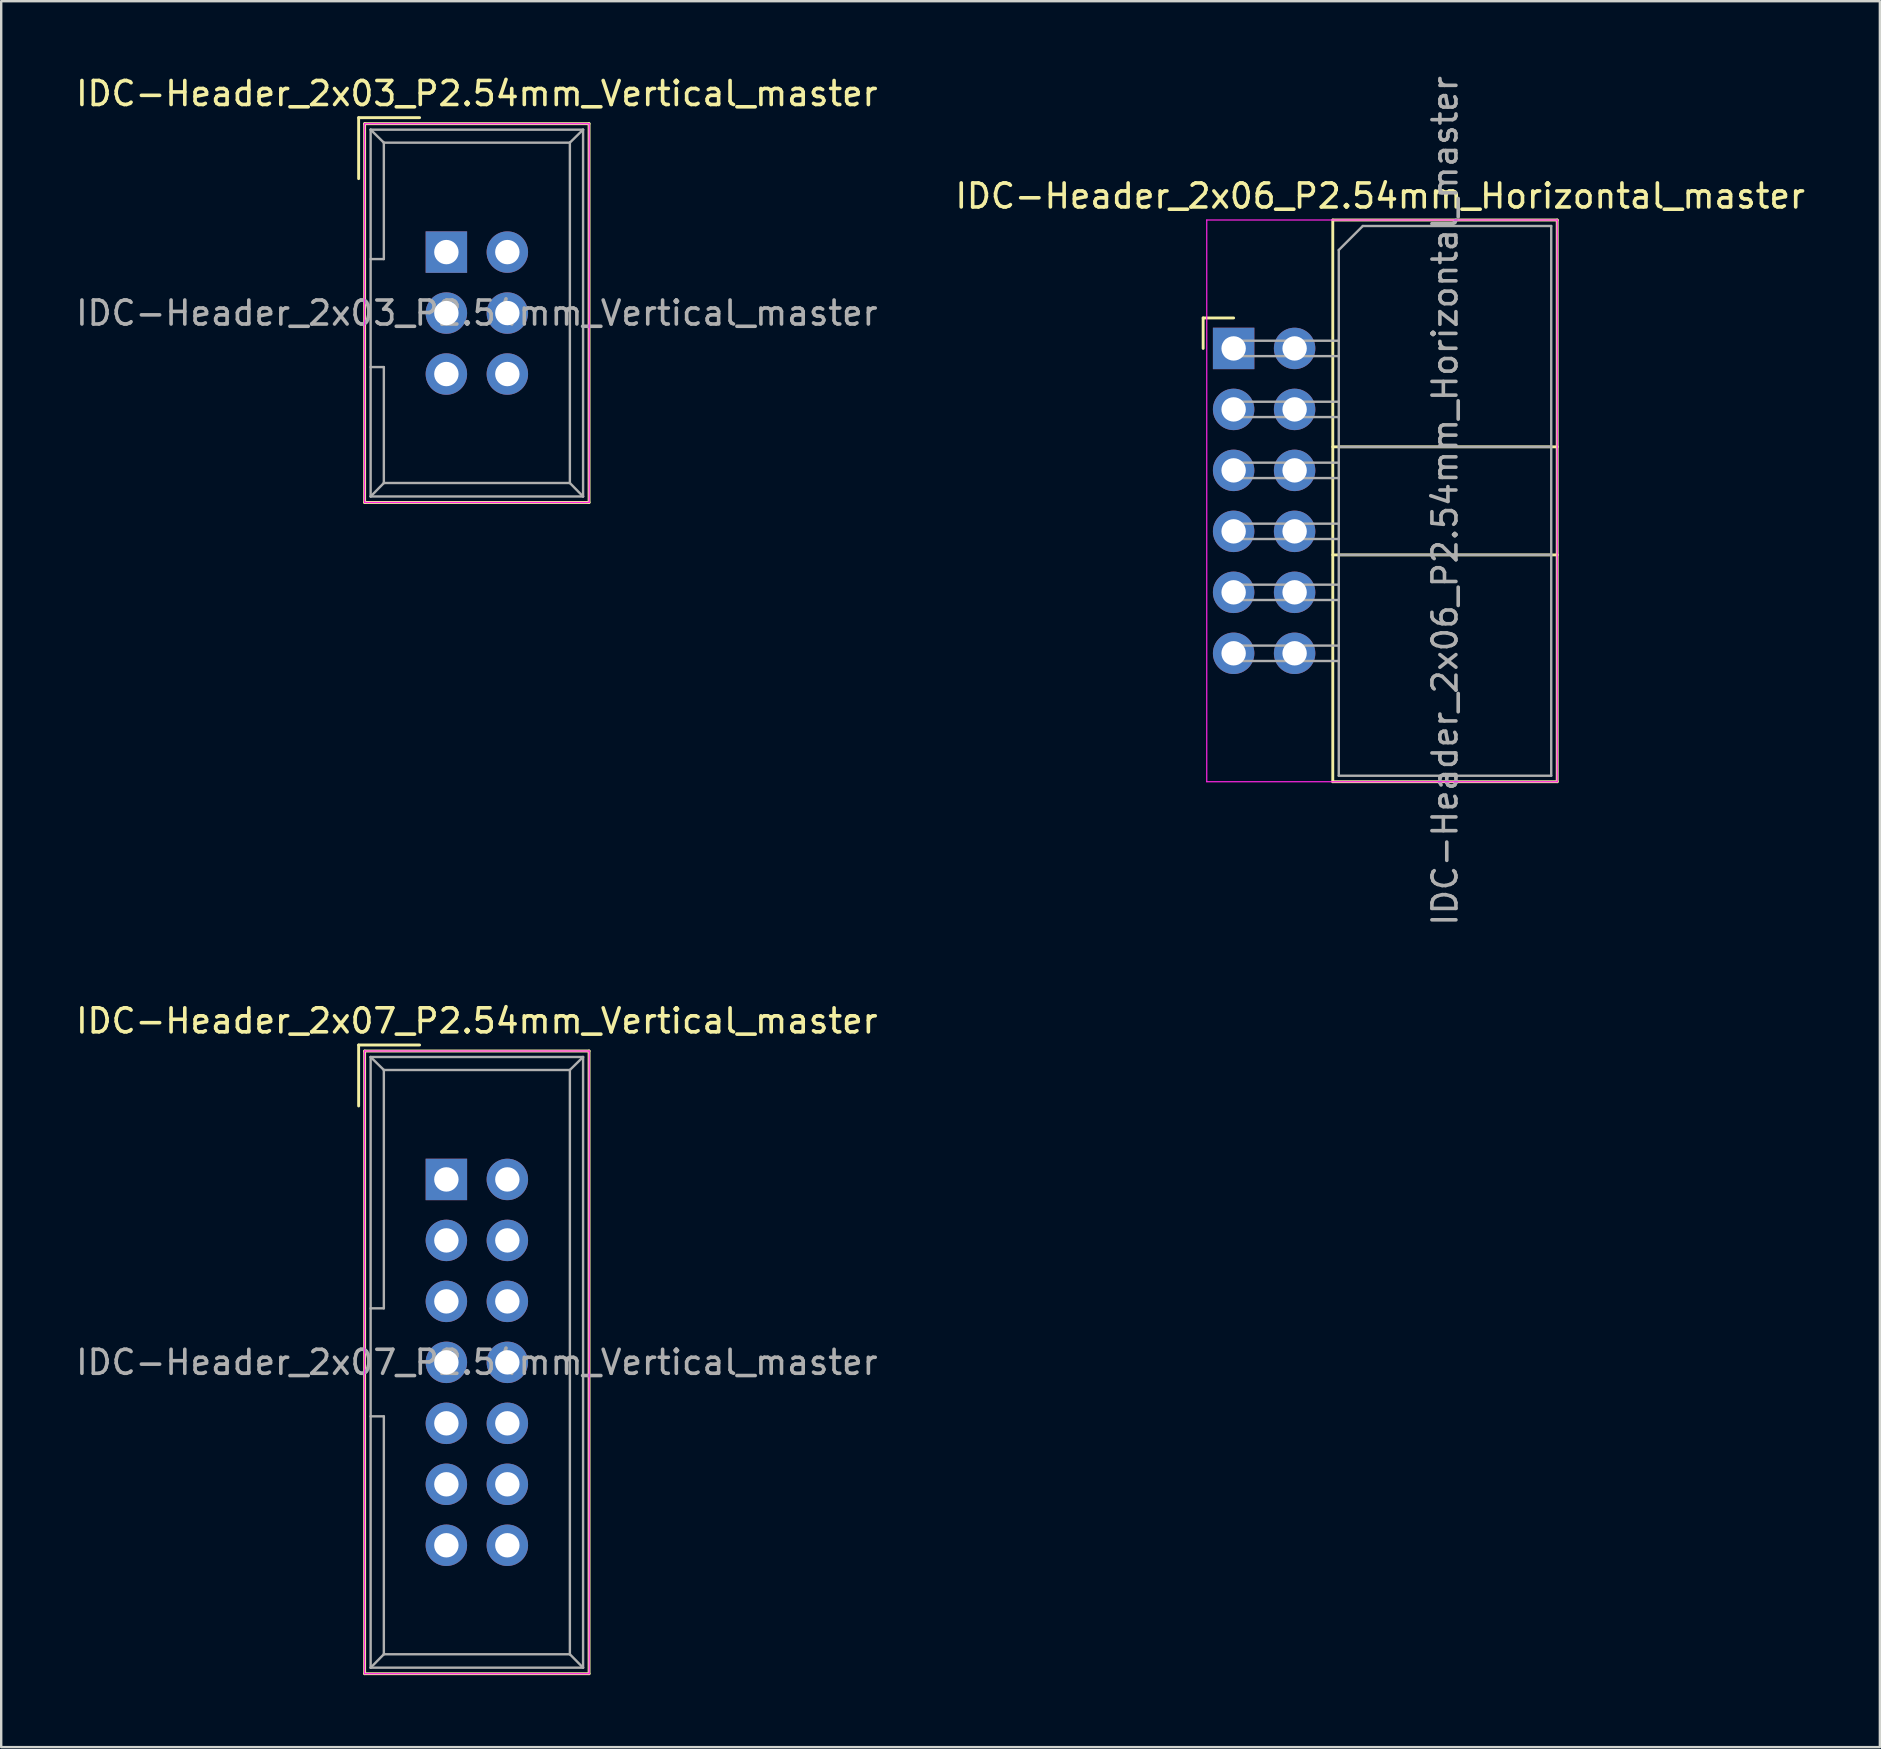
<source format=kicad_pcb>
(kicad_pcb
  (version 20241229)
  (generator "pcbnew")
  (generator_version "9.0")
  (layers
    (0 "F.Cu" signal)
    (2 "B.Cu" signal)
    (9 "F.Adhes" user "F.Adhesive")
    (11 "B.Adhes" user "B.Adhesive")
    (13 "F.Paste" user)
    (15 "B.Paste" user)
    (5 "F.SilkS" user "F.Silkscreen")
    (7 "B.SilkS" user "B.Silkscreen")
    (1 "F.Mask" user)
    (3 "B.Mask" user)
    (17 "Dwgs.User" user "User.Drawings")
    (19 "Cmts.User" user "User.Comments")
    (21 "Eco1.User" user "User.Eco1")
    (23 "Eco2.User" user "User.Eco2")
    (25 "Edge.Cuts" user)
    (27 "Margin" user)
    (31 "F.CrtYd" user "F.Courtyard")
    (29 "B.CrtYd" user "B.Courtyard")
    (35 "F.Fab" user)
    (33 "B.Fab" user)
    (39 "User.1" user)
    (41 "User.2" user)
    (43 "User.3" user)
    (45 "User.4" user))
  (footprint "IDC-Header_2x03_P2.54mm_Vertical_master"
    (layer "F.Cu")
    (at 15.545 7.452)
    (property "Reference" "IDC-Header_2x03_P2.54mm_Vertical_master" (at 1.27 -6.604 0) (layer "F.SilkS") (effects (font (size 1 1) (thickness 0.15))))
    (attr through_hole)
    (fp_line (start -3.655 -5.6) (end -3.655 -3.06) (stroke (width 0.12) (type solid)) (layer "F.SilkS"))
    (fp_line (start -3.655 -5.6) (end -1.115 -5.6) (stroke (width 0.12) (type solid)) (layer "F.SilkS"))
    (fp_line (start -3.405 -5.35) (end 5.945 -5.35) (stroke (width 0.12) (type solid)) (layer "F.SilkS"))
    (fp_line (start -3.405 10.43) (end -3.405 -5.35) (stroke (width 0.12) (type solid)) (layer "F.SilkS"))
    (fp_line (start 5.945 -5.35) (end 5.945 10.43) (stroke (width 0.12) (type solid)) (layer "F.SilkS"))
    (fp_line (start 5.945 10.43) (end -3.405 10.43) (stroke (width 0.12) (type solid)) (layer "F.SilkS"))
    (fp_line (start -3.41 -5.35) (end 5.95 -5.35) (stroke (width 0.05) (type solid)) (layer "F.CrtYd"))
    (fp_line (start -3.41 10.43) (end -3.41 -5.35) (stroke (width 0.05) (type solid)) (layer "F.CrtYd"))
    (fp_line (start 5.95 -5.35) (end 5.95 10.43) (stroke (width 0.05) (type solid)) (layer "F.CrtYd"))
    (fp_line (start 5.95 10.43) (end -3.41 10.43) (stroke (width 0.05) (type solid)) (layer "F.CrtYd"))
    (fp_line (start -3.155 -5.1) (end -3.155 10.18) (stroke (width 0.1) (type solid)) (layer "F.Fab"))
    (fp_line (start -3.155 -5.1) (end -2.605 -4.56) (stroke (width 0.1) (type solid)) (layer "F.Fab"))
    (fp_line (start -3.155 10.18) (end -2.605 9.62) (stroke (width 0.1) (type solid)) (layer "F.Fab"))
    (fp_line (start -2.605 -4.56) (end -2.605 0.29) (stroke (width 0.1) (type solid)) (layer "F.Fab"))
    (fp_line (start -2.605 0.29) (end -3.155 0.29) (stroke (width 0.1) (type solid)) (layer "F.Fab"))
    (fp_line (start -2.605 4.79) (end -3.155 4.79) (stroke (width 0.1) (type solid)) (layer "F.Fab"))
    (fp_line (start -2.605 4.79) (end -2.605 9.62) (stroke (width 0.1) (type solid)) (layer "F.Fab"))
    (fp_line (start 5.145 -4.56) (end -2.605 -4.56) (stroke (width 0.1) (type solid)) (layer "F.Fab"))
    (fp_line (start 5.145 -4.56) (end 5.145 9.62) (stroke (width 0.1) (type solid)) (layer "F.Fab"))
    (fp_line (start 5.145 9.62) (end -2.605 9.62) (stroke (width 0.1) (type solid)) (layer "F.Fab"))
    (fp_line (start 5.695 -5.1) (end -3.155 -5.1) (stroke (width 0.1) (type solid)) (layer "F.Fab"))
    (fp_line (start 5.695 -5.1) (end 5.145 -4.56) (stroke (width 0.1) (type solid)) (layer "F.Fab"))
    (fp_line (start 5.695 -5.1) (end 5.695 10.18) (stroke (width 0.1) (type solid)) (layer "F.Fab"))
    (fp_line (start 5.695 10.18) (end -3.155 10.18) (stroke (width 0.1) (type solid)) (layer "F.Fab"))
    (fp_line (start 5.695 10.18) (end 5.145 9.62) (stroke (width 0.1) (type solid)) (layer "F.Fab"))
    (fp_text user "${REFERENCE}" (at 1.27 2.54 0) (layer "F.Fab") (effects (font (size 1 1) (thickness 0.15))))
    (pad "1" thru_hole rect (at 0 0) (size 1.727 1.727) (drill 1.016) (layers "*.Cu" "*.Mask"))
    (pad "2" thru_hole oval (at 2.54 0) (size 1.727 1.727) (drill 1.016) (layers "*.Cu" "*.Mask"))
    (pad "3" thru_hole oval (at 0 2.54) (size 1.727 1.727) (drill 1.016) (layers "*.Cu" "*.Mask"))
    (pad "4" thru_hole oval (at 2.54 2.54) (size 1.727 1.727) (drill 1.016) (layers "*.Cu" "*.Mask"))
    (pad "5" thru_hole oval (at 0 5.08) (size 1.727 1.727) (drill 1.016) (layers "*.Cu" "*.Mask"))
    (pad "6" thru_hole oval (at 2.54 5.08) (size 1.727 1.727) (drill 1.016) (layers "*.Cu" "*.Mask")))
  (footprint "IDC-Header_2x07_P2.54mm_Vertical_master"
    (layer "F.Cu")
    (at 15.545 46.083)
    (property "Reference" "IDC-Header_2x07_P2.54mm_Vertical_master" (at 1.27 -6.604 0) (layer "F.SilkS") (effects (font (size 1 1) (thickness 0.15))))
    (attr through_hole)
    (fp_line (start -3.655 -5.6) (end -3.655 -3.06) (stroke (width 0.12) (type solid)) (layer "F.SilkS"))
    (fp_line (start -3.655 -5.6) (end -1.115 -5.6) (stroke (width 0.12) (type solid)) (layer "F.SilkS"))
    (fp_line (start -3.405 -5.35) (end 5.945 -5.35) (stroke (width 0.12) (type solid)) (layer "F.SilkS"))
    (fp_line (start -3.405 20.59) (end -3.405 -5.35) (stroke (width 0.12) (type solid)) (layer "F.SilkS"))
    (fp_line (start 5.945 -5.35) (end 5.945 20.59) (stroke (width 0.12) (type solid)) (layer "F.SilkS"))
    (fp_line (start 5.945 20.59) (end -3.405 20.59) (stroke (width 0.12) (type solid)) (layer "F.SilkS"))
    (fp_line (start -3.41 -5.35) (end 5.95 -5.35) (stroke (width 0.05) (type solid)) (layer "F.CrtYd"))
    (fp_line (start -3.41 20.59) (end -3.41 -5.35) (stroke (width 0.05) (type solid)) (layer "F.CrtYd"))
    (fp_line (start 5.95 -5.35) (end 5.95 20.59) (stroke (width 0.05) (type solid)) (layer "F.CrtYd"))
    (fp_line (start 5.95 20.59) (end -3.41 20.59) (stroke (width 0.05) (type solid)) (layer "F.CrtYd"))
    (fp_line (start -3.155 -5.1) (end -3.155 20.34) (stroke (width 0.1) (type solid)) (layer "F.Fab"))
    (fp_line (start -3.155 -5.1) (end -2.605 -4.56) (stroke (width 0.1) (type solid)) (layer "F.Fab"))
    (fp_line (start -3.155 20.34) (end -2.605 19.78) (stroke (width 0.1) (type solid)) (layer "F.Fab"))
    (fp_line (start -2.605 -4.56) (end -2.605 5.37) (stroke (width 0.1) (type solid)) (layer "F.Fab"))
    (fp_line (start -2.605 5.37) (end -3.155 5.37) (stroke (width 0.1) (type solid)) (layer "F.Fab"))
    (fp_line (start -2.605 9.87) (end -3.155 9.87) (stroke (width 0.1) (type solid)) (layer "F.Fab"))
    (fp_line (start -2.605 9.87) (end -2.605 19.78) (stroke (width 0.1) (type solid)) (layer "F.Fab"))
    (fp_line (start 5.145 -4.56) (end -2.605 -4.56) (stroke (width 0.1) (type solid)) (layer "F.Fab"))
    (fp_line (start 5.145 -4.56) (end 5.145 19.78) (stroke (width 0.1) (type solid)) (layer "F.Fab"))
    (fp_line (start 5.145 19.78) (end -2.605 19.78) (stroke (width 0.1) (type solid)) (layer "F.Fab"))
    (fp_line (start 5.695 -5.1) (end -3.155 -5.1) (stroke (width 0.1) (type solid)) (layer "F.Fab"))
    (fp_line (start 5.695 -5.1) (end 5.145 -4.56) (stroke (width 0.1) (type solid)) (layer "F.Fab"))
    (fp_line (start 5.695 -5.1) (end 5.695 20.34) (stroke (width 0.1) (type solid)) (layer "F.Fab"))
    (fp_line (start 5.695 20.34) (end -3.155 20.34) (stroke (width 0.1) (type solid)) (layer "F.Fab"))
    (fp_line (start 5.695 20.34) (end 5.145 19.78) (stroke (width 0.1) (type solid)) (layer "F.Fab"))
    (fp_text user "${REFERENCE}" (at 1.27 7.62 0) (layer "F.Fab") (effects (font (size 1 1) (thickness 0.15))))
    (pad "1" thru_hole rect (at 0 0) (size 1.727 1.727) (drill 1.016) (layers "*.Cu" "*.Mask"))
    (pad "2" thru_hole oval (at 2.54 0) (size 1.727 1.727) (drill 1.016) (layers "*.Cu" "*.Mask"))
    (pad "3" thru_hole oval (at 0 2.54) (size 1.727 1.727) (drill 1.016) (layers "*.Cu" "*.Mask"))
    (pad "4" thru_hole oval (at 2.54 2.54) (size 1.727 1.727) (drill 1.016) (layers "*.Cu" "*.Mask"))
    (pad "5" thru_hole oval (at 0 5.08) (size 1.727 1.727) (drill 1.016) (layers "*.Cu" "*.Mask"))
    (pad "6" thru_hole oval (at 2.54 5.08) (size 1.727 1.727) (drill 1.016) (layers "*.Cu" "*.Mask"))
    (pad "7" thru_hole oval (at 0 7.62) (size 1.727 1.727) (drill 1.016) (layers "*.Cu" "*.Mask"))
    (pad "8" thru_hole oval (at 2.54 7.62) (size 1.727 1.727) (drill 1.016) (layers "*.Cu" "*.Mask"))
    (pad "9" thru_hole oval (at 0 10.16) (size 1.727 1.727) (drill 1.016) (layers "*.Cu" "*.Mask"))
    (pad "10" thru_hole oval (at 2.54 10.16) (size 1.727 1.727) (drill 1.016) (layers "*.Cu" "*.Mask"))
    (pad "11" thru_hole oval (at 0 12.7) (size 1.727 1.727) (drill 1.016) (layers "*.Cu" "*.Mask"))
    (pad "12" thru_hole oval (at 2.54 12.7) (size 1.727 1.727) (drill 1.016) (layers "*.Cu" "*.Mask"))
    (pad "13" thru_hole oval (at 0 15.24) (size 1.727 1.727) (drill 1.016) (layers "*.Cu" "*.Mask"))
    (pad "14" thru_hole oval (at 2.54 15.24) (size 1.727 1.727) (drill 1.016) (layers "*.Cu" "*.Mask")))
  (footprint "IDC-Header_2x06_P2.54mm_Horizontal_master"
    (layer "F.Cu")
    (at 48.341 11.465)
    (property "Reference" "IDC-Header_2x06_P2.54mm_Horizontal_master" (at 6.105 -6.35 0) (layer "F.SilkS") (effects (font (size 1 1) (thickness 0.15))))
    (attr through_hole)
    (fp_line (start -1.27 -1.27) (end -1.27 0) (stroke (width 0.12) (type solid)) (layer "F.SilkS"))
    (fp_line (start 0 -1.27) (end -1.27 -1.27) (stroke (width 0.12) (type solid)) (layer "F.SilkS"))
    (fp_line (start 4.13 -5.35) (end 13.48 -5.35) (stroke (width 0.12) (type solid)) (layer "F.SilkS"))
    (fp_line (start 4.13 4.1) (end 13.48 4.1) (stroke (width 0.12) (type solid)) (layer "F.SilkS"))
    (fp_line (start 4.13 8.6) (end 13.48 8.6) (stroke (width 0.12) (type solid)) (layer "F.SilkS"))
    (fp_line (start 4.13 18.05) (end 4.13 -5.35) (stroke (width 0.12) (type solid)) (layer "F.SilkS"))
    (fp_line (start 4.13 18.05) (end 13.48 18.05) (stroke (width 0.12) (type solid)) (layer "F.SilkS"))
    (fp_line (start 13.48 -5.35) (end 13.48 18.05) (stroke (width 0.12) (type solid)) (layer "F.SilkS"))
    (fp_line (start -1.12 -5.35) (end 13.48 -5.35) (stroke (width 0.05) (type solid)) (layer "F.CrtYd"))
    (fp_line (start -1.12 18.05) (end -1.12 -5.35) (stroke (width 0.05) (type solid)) (layer "F.CrtYd"))
    (fp_line (start 13.48 -5.35) (end 13.48 18.05) (stroke (width 0.05) (type solid)) (layer "F.CrtYd"))
    (fp_line (start 13.48 18.05) (end -1.12 18.05) (stroke (width 0.05) (type solid)) (layer "F.CrtYd"))
    (fp_line (start -0.32 -0.32) (end -0.32 0.32) (stroke (width 0.1) (type solid)) (layer "F.Fab"))
    (fp_line (start -0.32 0.32) (end 4.38 0.32) (stroke (width 0.1) (type solid)) (layer "F.Fab"))
    (fp_line (start -0.32 2.22) (end -0.32 2.86) (stroke (width 0.1) (type solid)) (layer "F.Fab"))
    (fp_line (start -0.32 2.86) (end 4.38 2.86) (stroke (width 0.1) (type solid)) (layer "F.Fab"))
    (fp_line (start -0.32 4.76) (end -0.32 5.4) (stroke (width 0.1) (type solid)) (layer "F.Fab"))
    (fp_line (start -0.32 5.4) (end 4.38 5.4) (stroke (width 0.1) (type solid)) (layer "F.Fab"))
    (fp_line (start -0.32 7.3) (end -0.32 7.94) (stroke (width 0.1) (type solid)) (layer "F.Fab"))
    (fp_line (start -0.32 7.94) (end 4.38 7.94) (stroke (width 0.1) (type solid)) (layer "F.Fab"))
    (fp_line (start -0.32 9.84) (end -0.32 10.48) (stroke (width 0.1) (type solid)) (layer "F.Fab"))
    (fp_line (start -0.32 10.48) (end 4.38 10.48) (stroke (width 0.1) (type solid)) (layer "F.Fab"))
    (fp_line (start -0.32 12.38) (end -0.32 13.02) (stroke (width 0.1) (type solid)) (layer "F.Fab"))
    (fp_line (start -0.32 13.02) (end 4.38 13.02) (stroke (width 0.1) (type solid)) (layer "F.Fab"))
    (fp_line (start 4.38 -4.1) (end 5.38 -5.1) (stroke (width 0.1) (type solid)) (layer "F.Fab"))
    (fp_line (start 4.38 -0.32) (end -0.32 -0.32) (stroke (width 0.1) (type solid)) (layer "F.Fab"))
    (fp_line (start 4.38 2.22) (end -0.32 2.22) (stroke (width 0.1) (type solid)) (layer "F.Fab"))
    (fp_line (start 4.38 4.1) (end 13.23 4.1) (stroke (width 0.1) (type solid)) (layer "F.Fab"))
    (fp_line (start 4.38 4.76) (end -0.32 4.76) (stroke (width 0.1) (type solid)) (layer "F.Fab"))
    (fp_line (start 4.38 7.3) (end -0.32 7.3) (stroke (width 0.1) (type solid)) (layer "F.Fab"))
    (fp_line (start 4.38 8.6) (end 13.23 8.6) (stroke (width 0.1) (type solid)) (layer "F.Fab"))
    (fp_line (start 4.38 9.84) (end -0.32 9.84) (stroke (width 0.1) (type solid)) (layer "F.Fab"))
    (fp_line (start 4.38 12.38) (end -0.32 12.38) (stroke (width 0.1) (type solid)) (layer "F.Fab"))
    (fp_line (start 4.38 17.8) (end 4.38 -4.1) (stroke (width 0.1) (type solid)) (layer "F.Fab"))
    (fp_line (start 4.38 17.8) (end 13.23 17.8) (stroke (width 0.1) (type solid)) (layer "F.Fab"))
    (fp_line (start 5.38 -5.1) (end 13.23 -5.1) (stroke (width 0.1) (type solid)) (layer "F.Fab"))
    (fp_line (start 13.23 17.8) (end 13.23 -5.1) (stroke (width 0.1) (type solid)) (layer "F.Fab"))
    (fp_text user "${REFERENCE}" (at 8.805 6.35 90) (layer "F.Fab") (effects (font (size 1 1) (thickness 0.15))))
    (pad "1" thru_hole rect (at 0 0) (size 1.727 1.727) (drill 1.016) (layers "*.Cu" "*.Mask"))
    (pad "2" thru_hole oval (at 2.54 0) (size 1.727 1.727) (drill 1.016) (layers "*.Cu" "*.Mask"))
    (pad "3" thru_hole oval (at 0 2.54) (size 1.727 1.727) (drill 1.016) (layers "*.Cu" "*.Mask"))
    (pad "4" thru_hole oval (at 2.54 2.54) (size 1.727 1.727) (drill 1.016) (layers "*.Cu" "*.Mask"))
    (pad "5" thru_hole oval (at 0 5.08) (size 1.727 1.727) (drill 1.016) (layers "*.Cu" "*.Mask"))
    (pad "6" thru_hole oval (at 2.54 5.08) (size 1.727 1.727) (drill 1.016) (layers "*.Cu" "*.Mask"))
    (pad "7" thru_hole oval (at 0 7.62) (size 1.727 1.727) (drill 1.016) (layers "*.Cu" "*.Mask"))
    (pad "8" thru_hole oval (at 2.54 7.62) (size 1.727 1.727) (drill 1.016) (layers "*.Cu" "*.Mask"))
    (pad "9" thru_hole oval (at 0 10.16) (size 1.727 1.727) (drill 1.016) (layers "*.Cu" "*.Mask"))
    (pad "10" thru_hole oval (at 2.54 10.16) (size 1.727 1.727) (drill 1.016) (layers "*.Cu" "*.Mask"))
    (pad "11" thru_hole oval (at 0 12.7) (size 1.727 1.727) (drill 1.016) (layers "*.Cu" "*.Mask"))
    (pad "12" thru_hole oval (at 2.54 12.7) (size 1.727 1.727) (drill 1.016) (layers "*.Cu" "*.Mask")))
  (gr_rect
    (start -3 -3)
    (end 75.262 69.733)
    (stroke (width 0.1) (type default))
    (fill no)
    (layer "Edge.Cuts")))
</source>
